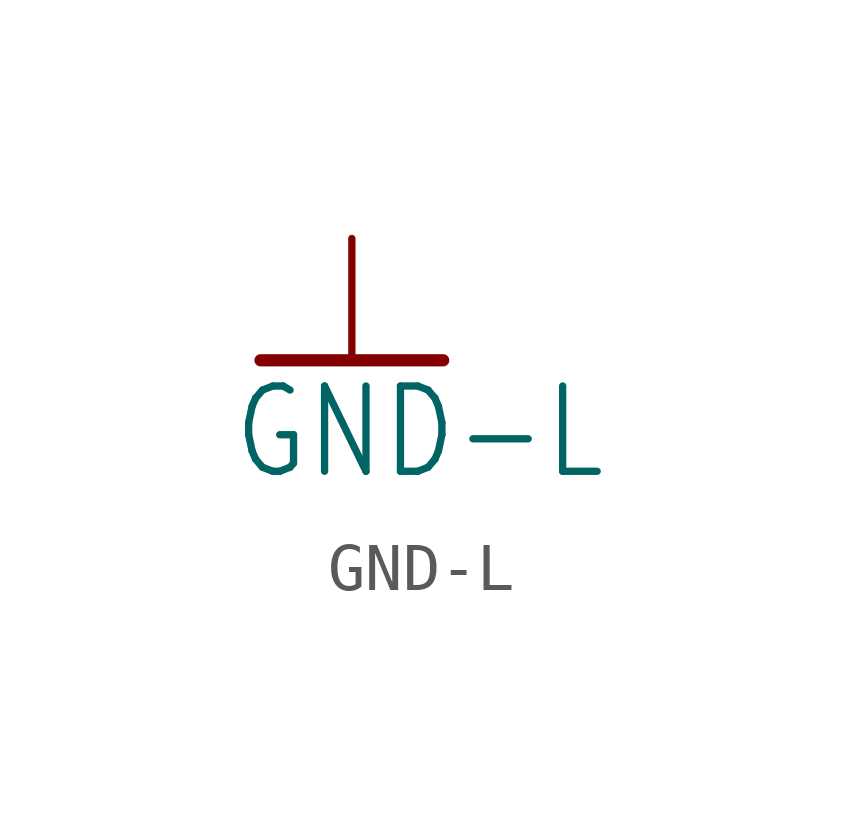
<source format=kicad_sym>
(kicad_symbol_lib
  (version 20211014)
  (generator kicad_symbol_editor)
  (symbol "GND-L"
    (power)
    (property "Reference" "#GND-L"
      (at 0 0 0)
      (effects (font (size 1.27 1.27)) hide))
    (property "Value" "GND-L"
      (at -2.54 -2.54 0)
      (effects (font (size 1.778 1.511)) (justify left bottom)))
    (property "ki_locked" ""
      (at 0 0 0)
      (effects (font (size 1.27 1.27))))
    (symbol "GND-L_1_0"
      (polyline (pts (xy -1.905 0) (xy 1.905 0)) (stroke (width 0.254) (type default) (color 0 0 0 0)) (fill (type none)))
      (pin power_in line (at 0 2.54 270) (length 2.54) (name "GND-L" (effects (font (size 0 0)))) (number "1" (effects (font (size 0 0))))))))
</source>
